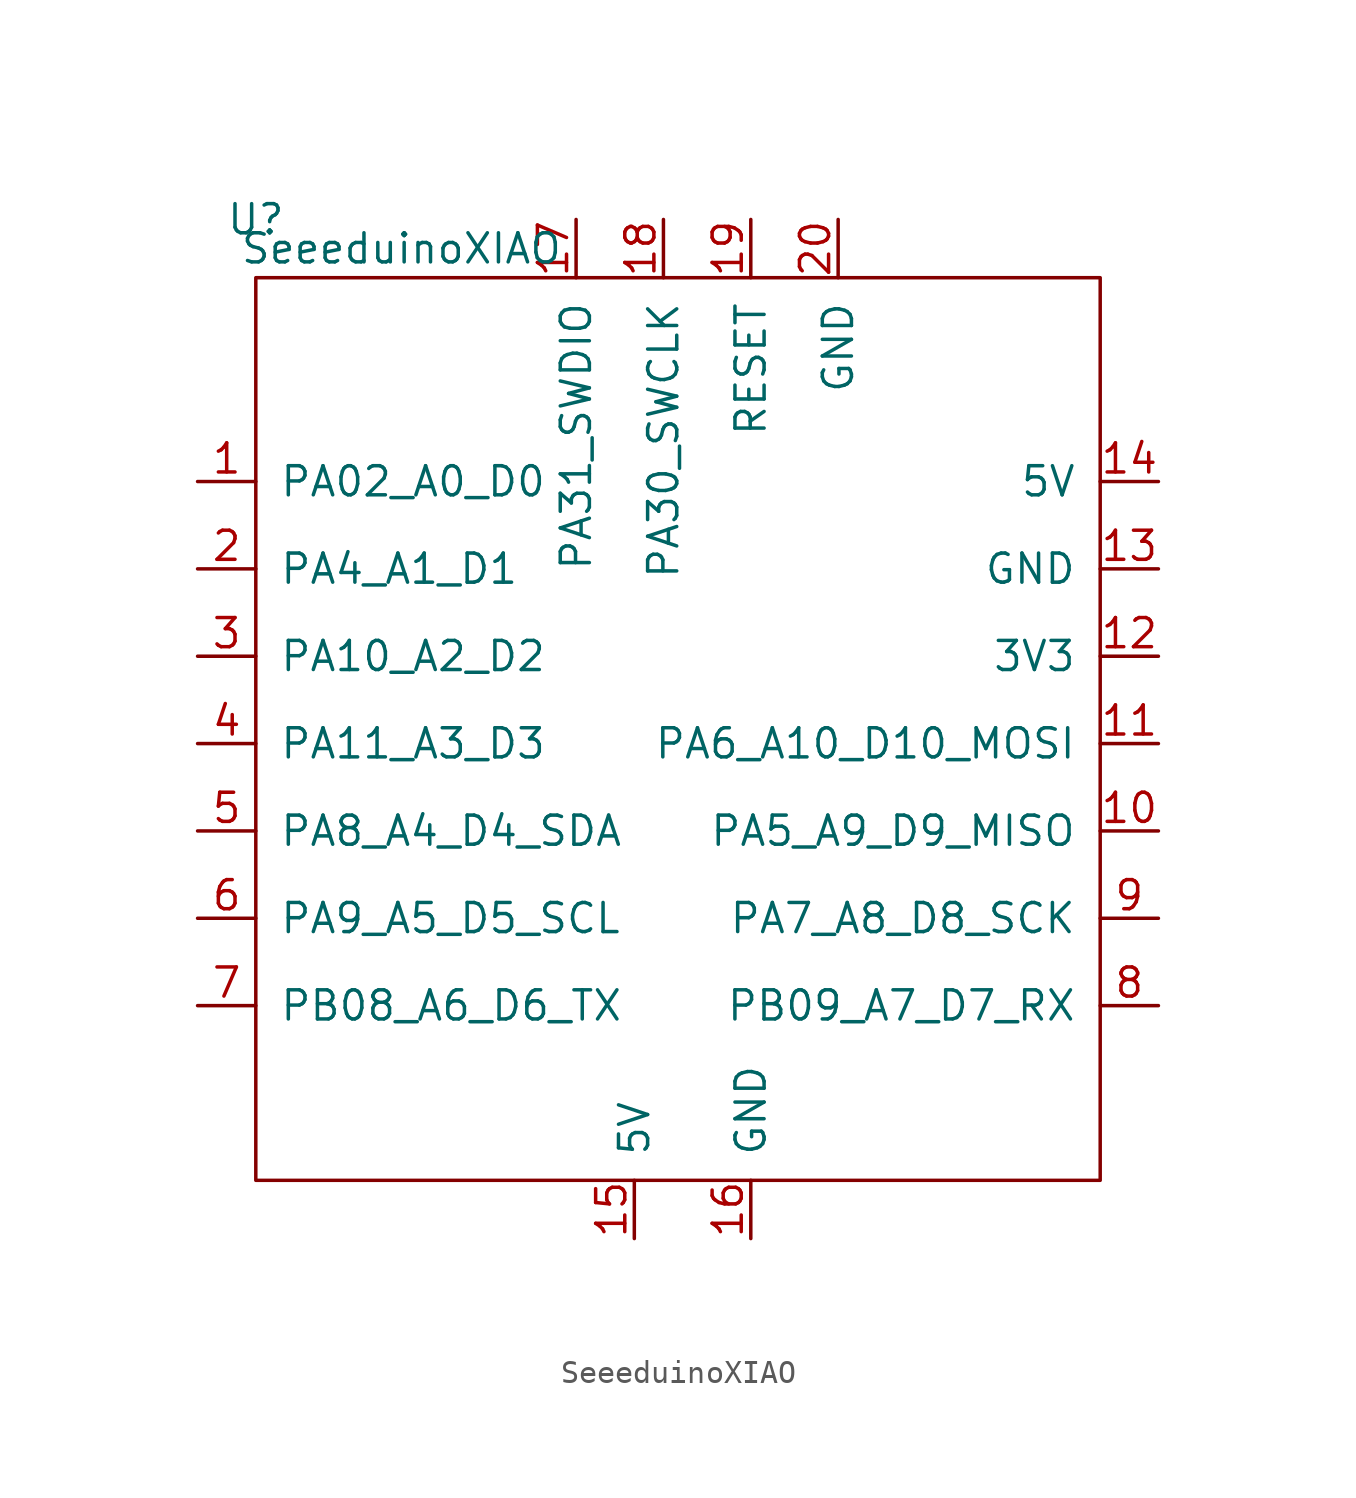
<source format=kicad_sym>
(kicad_symbol_lib
  (version 20220914)
  (generator kicad_symbol_editor)
  (symbol "SeeeduinoXIAO"
    (pin_names
      (offset 1.016))
    (property "Reference" "U"
      (at -19.05 22.86 0)
      (effects (font (size 1.27 1.27))))
    (property "Value" "SeeeduinoXIAO"
      (at -12.7 21.59 0)
      (effects (font (size 1.27 1.27))))
    (symbol "SeeeduinoXIAO_0_1"
      (rectangle (start -19.05 20.32) (end 17.78 -19.05) (stroke (width 0) (type solid)) (fill (type none))))
    (symbol "SeeeduinoXIAO_1_1"
      (pin unspecified line (at -21.59 11.43 0) (length 2.54) (name "PA02_A0_D0" (effects (font (size 1.27 1.27)))) (number "1" (effects (font (size 1.27 1.27)))))
      (pin unspecified line (at 20.32 -3.81 180) (length 2.54) (name "PA5_A9_D9_MISO" (effects (font (size 1.27 1.27)))) (number "10" (effects (font (size 1.27 1.27)))))
      (pin unspecified line (at 20.32 0 180) (length 2.54) (name "PA6_A10_D10_MOSI" (effects (font (size 1.27 1.27)))) (number "11" (effects (font (size 1.27 1.27)))))
      (pin unspecified line (at 20.32 3.81 180) (length 2.54) (name "3V3" (effects (font (size 1.27 1.27)))) (number "12" (effects (font (size 1.27 1.27)))))
      (pin unspecified line (at 20.32 7.62 180) (length 2.54) (name "GND" (effects (font (size 1.27 1.27)))) (number "13" (effects (font (size 1.27 1.27)))))
      (pin unspecified line (at 20.32 11.43 180) (length 2.54) (name "5V" (effects (font (size 1.27 1.27)))) (number "14" (effects (font (size 1.27 1.27)))))
      (pin input line (at -2.54 -21.59 90) (length 2.54) (name "5V" (effects (font (size 1.27 1.27)))) (number "15" (effects (font (size 1.27 1.27)))))
      (pin input line (at 2.54 -21.59 90) (length 2.54) (name "GND" (effects (font (size 1.27 1.27)))) (number "16" (effects (font (size 1.27 1.27)))))
      (pin input line (at -5.08 22.86 270) (length 2.54) (name "PA31_SWDIO" (effects (font (size 1.27 1.27)))) (number "17" (effects (font (size 1.27 1.27)))))
      (pin input line (at -1.27 22.86 270) (length 2.54) (name "PA30_SWCLK" (effects (font (size 1.27 1.27)))) (number "18" (effects (font (size 1.27 1.27)))))
      (pin input line (at 2.54 22.86 270) (length 2.54) (name "RESET" (effects (font (size 1.27 1.27)))) (number "19" (effects (font (size 1.27 1.27)))))
      (pin unspecified line (at -21.59 7.62 0) (length 2.54) (name "PA4_A1_D1" (effects (font (size 1.27 1.27)))) (number "2" (effects (font (size 1.27 1.27)))))
      (pin input line (at 6.35 22.86 270) (length 2.54) (name "GND" (effects (font (size 1.27 1.27)))) (number "20" (effects (font (size 1.27 1.27)))))
      (pin unspecified line (at -21.59 3.81 0) (length 2.54) (name "PA10_A2_D2" (effects (font (size 1.27 1.27)))) (number "3" (effects (font (size 1.27 1.27)))))
      (pin unspecified line (at -21.59 0 0) (length 2.54) (name "PA11_A3_D3" (effects (font (size 1.27 1.27)))) (number "4" (effects (font (size 1.27 1.27)))))
      (pin unspecified line (at -21.59 -3.81 0) (length 2.54) (name "PA8_A4_D4_SDA" (effects (font (size 1.27 1.27)))) (number "5" (effects (font (size 1.27 1.27)))))
      (pin unspecified line (at -21.59 -7.62 0) (length 2.54) (name "PA9_A5_D5_SCL" (effects (font (size 1.27 1.27)))) (number "6" (effects (font (size 1.27 1.27)))))
      (pin unspecified line (at -21.59 -11.43 0) (length 2.54) (name "PB08_A6_D6_TX" (effects (font (size 1.27 1.27)))) (number "7" (effects (font (size 1.27 1.27)))))
      (pin unspecified line (at 20.32 -11.43 180) (length 2.54) (name "PB09_A7_D7_RX" (effects (font (size 1.27 1.27)))) (number "8" (effects (font (size 1.27 1.27)))))
      (pin unspecified line (at 20.32 -7.62 180) (length 2.54) (name "PA7_A8_D8_SCK" (effects (font (size 1.27 1.27)))) (number "9" (effects (font (size 1.27 1.27))))))))
</source>
